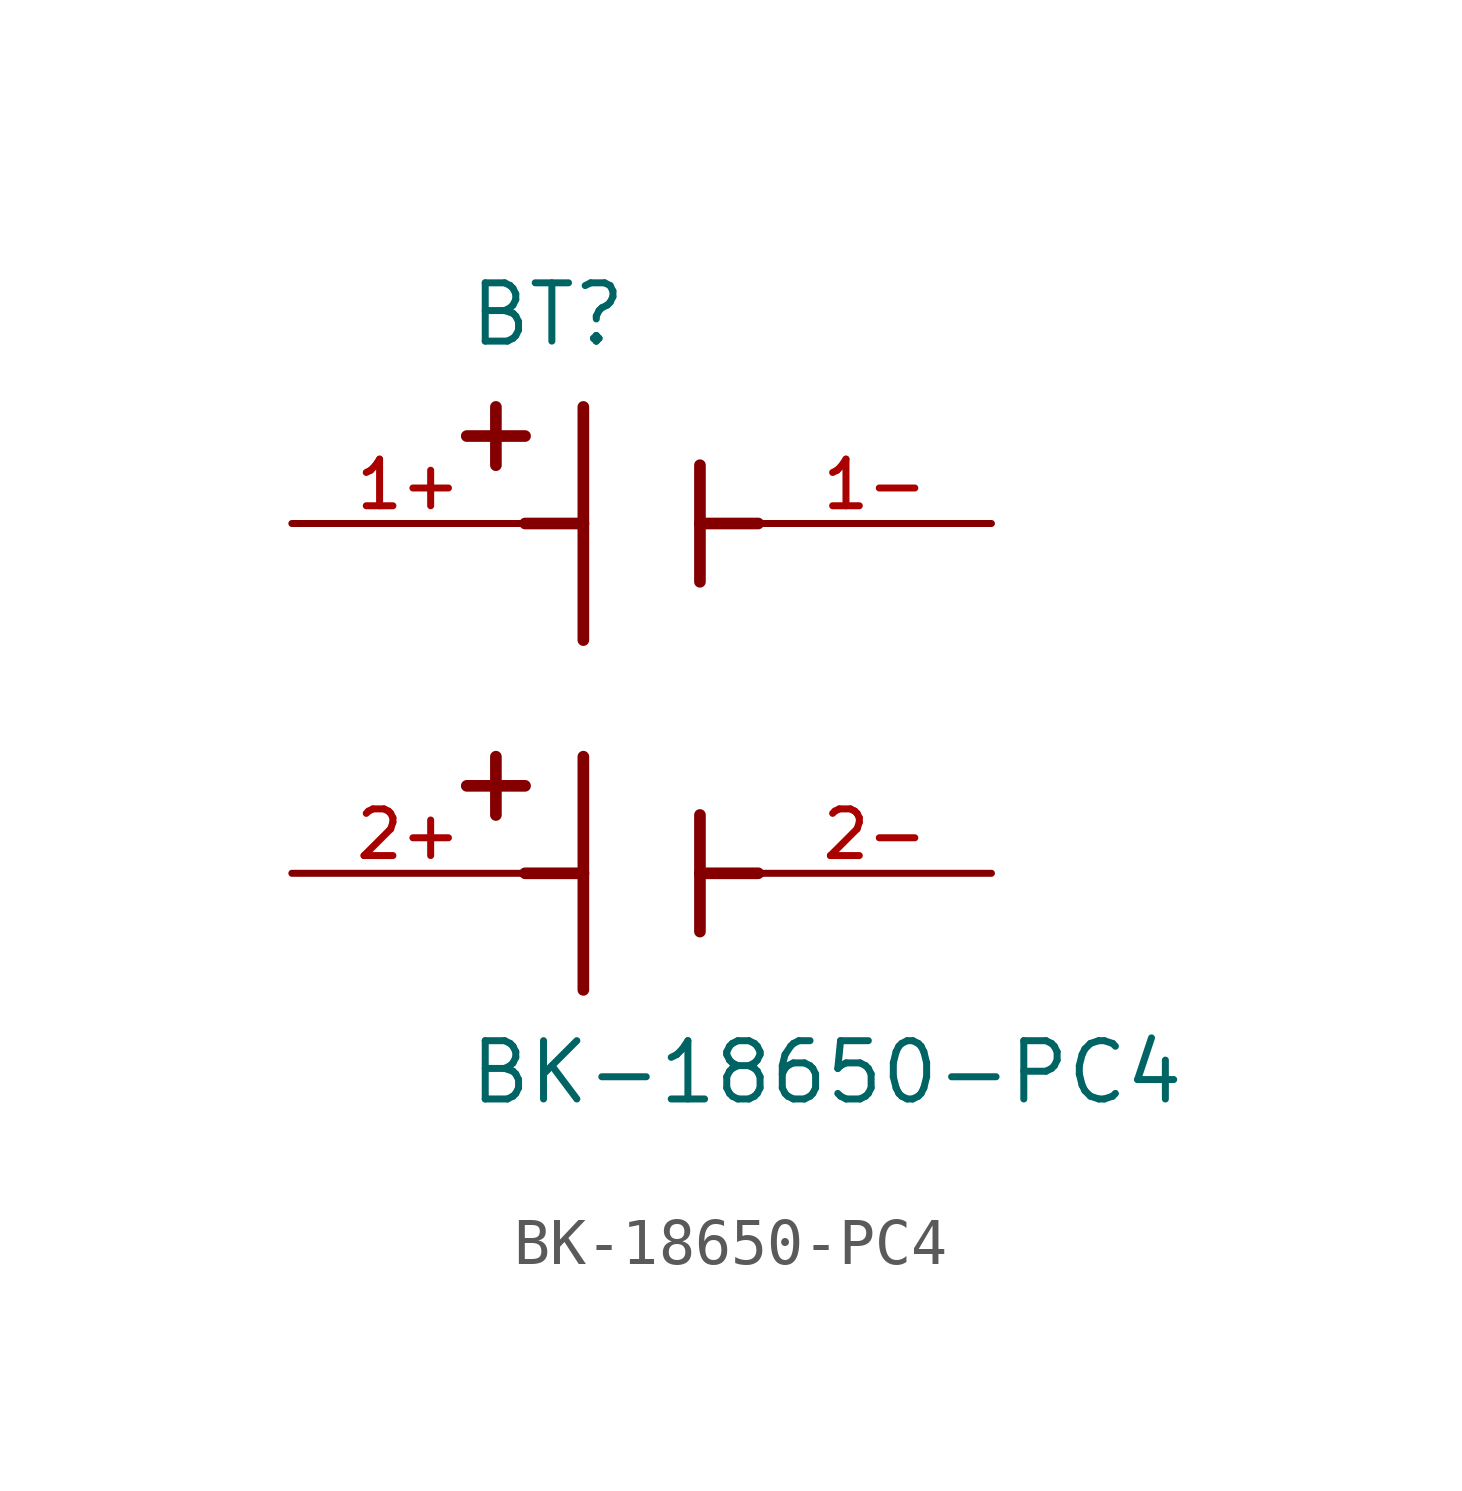
<source format=kicad_sym>
(kicad_symbol_lib
  (version 20211014)
  (generator kicad_symbol_editor)
  (symbol "BK-18650-PC4"
    (pin_names
      (offset 1.016))
    (property "Reference" "BT"
      (at -3.81 6.35 0)
      (effects (font (size 1.27 1.27)) (justify bottom left)))
    (property "Value" "BK-18650-PC4"
      (at -3.81 -10.16 0)
      (effects (font (size 1.27 1.27)) (justify bottom left)))
    (symbol "BK-18650-PC4_0_0"
      (polyline (pts (xy -1.27 5.08) (xy -1.27 2.54)) (stroke (width 0.254)))
      (polyline (pts (xy -1.27 2.54) (xy -1.27 0.0)) (stroke (width 0.254)))
      (polyline (pts (xy 1.27 3.81) (xy 1.27 2.54)) (stroke (width 0.254)))
      (polyline (pts (xy 1.27 2.54) (xy 1.27 1.27)) (stroke (width 0.254)))
      (polyline (pts (xy -1.27 2.54) (xy -2.54 2.54)) (stroke (width 0.254)))
      (polyline (pts (xy 1.27 2.54) (xy 2.54 2.54)) (stroke (width 0.254)))
      (polyline (pts (xy -3.175 5.08) (xy -3.175 3.81)) (stroke (width 0.254)))
      (polyline (pts (xy -3.81 4.445) (xy -2.54 4.445)) (stroke (width 0.254)))
      (polyline (pts (xy -1.27 -2.54) (xy -1.27 -5.08)) (stroke (width 0.254)))
      (polyline (pts (xy -1.27 -5.08) (xy -1.27 -7.62)) (stroke (width 0.254)))
      (polyline (pts (xy 1.27 -3.81) (xy 1.27 -5.08)) (stroke (width 0.254)))
      (polyline (pts (xy 1.27 -5.08) (xy 1.27 -6.35)) (stroke (width 0.254)))
      (polyline (pts (xy -1.27 -5.08) (xy -2.54 -5.08)) (stroke (width 0.254)))
      (polyline (pts (xy 1.27 -5.08) (xy 2.54 -5.08)) (stroke (width 0.254)))
      (polyline (pts (xy -3.175 -2.54) (xy -3.175 -3.81)) (stroke (width 0.254)))
      (polyline (pts (xy -3.81 -3.175) (xy -2.54 -3.175)) (stroke (width 0.254)))
      (pin passive line (at -7.62 2.54 0) (length 5.08) (name "~" (effects (font (size 1.016 1.016)))) (number "1+" (effects (font (size 1.016 1.016)))))
      (pin passive line (at 7.62 2.54 180.0) (length 5.08) (name "~" (effects (font (size 1.016 1.016)))) (number "1-" (effects (font (size 1.016 1.016)))))
      (pin passive line (at -7.62 -5.08 0) (length 5.08) (name "~" (effects (font (size 1.016 1.016)))) (number "2+" (effects (font (size 1.016 1.016)))))
      (pin passive line (at 7.62 -5.08 180.0) (length 5.08) (name "~" (effects (font (size 1.016 1.016)))) (number "2-" (effects (font (size 1.016 1.016))))))))
</source>
